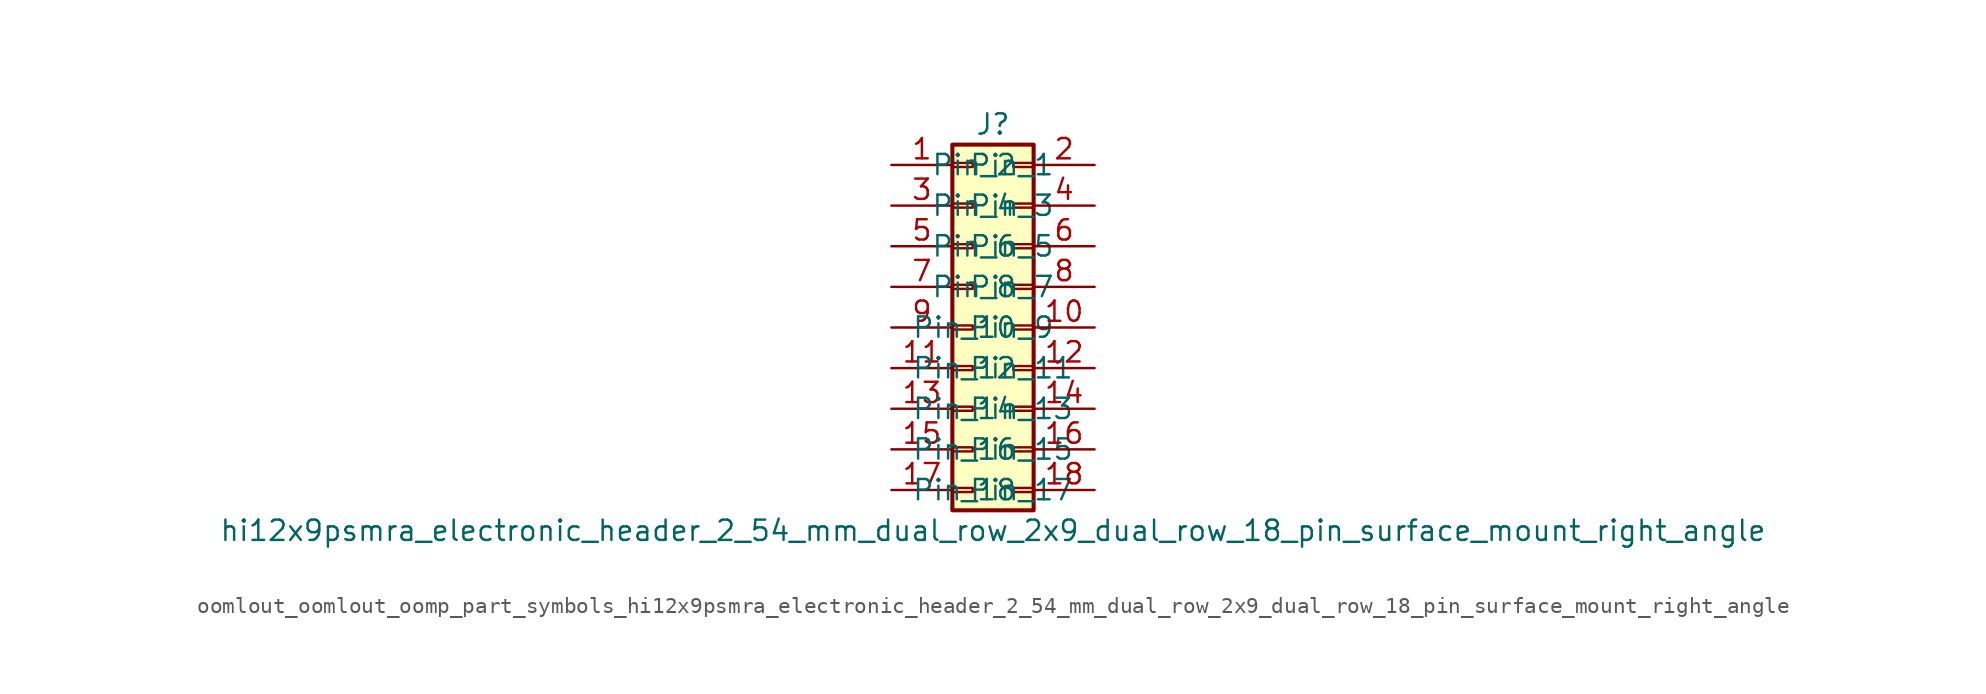
<source format=kicad_sym>
(kicad_symbol_lib
  (version 20220914)
  (generator kicad_symbol_editor)
  (symbol "oomlout_oomlout_oomp_part_symbols_hi12x9psmra_electronic_header_2_54_mm_dual_row_2x9_dual_row_18_pin_surface_mount_right_angle"
    (pin_names
      (offset 1.016))
    (property "Reference" "J"
      (at 1.27 12.7 0)
      (effects (font (size 1.27 1.27))))
    (property "Value" "hi12x9psmra_electronic_header_2_54_mm_dual_row_2x9_dual_row_18_pin_surface_mount_right_angle"
      (at 1.27 -12.7 0)
      (effects (font (size 1.27 1.27))))
    (symbol "oomlout_oomlout_oomp_part_symbols_hi12x9psmra_electronic_header_2_54_mm_dual_row_2x9_dual_row_18_pin_surface_mount_right_angle_1_1"
      (rectangle (start -1.27 -10.033) (end 0 -10.287) (stroke (width 0.152) (type default)) (fill (type none)))
      (rectangle (start -1.27 -7.493) (end 0 -7.747) (stroke (width 0.152) (type default)) (fill (type none)))
      (rectangle (start -1.27 -4.953) (end 0 -5.207) (stroke (width 0.152) (type default)) (fill (type none)))
      (rectangle (start -1.27 -2.413) (end 0 -2.667) (stroke (width 0.152) (type default)) (fill (type none)))
      (rectangle (start -1.27 0.127) (end 0 -0.127) (stroke (width 0.152) (type default)) (fill (type none)))
      (rectangle (start -1.27 2.667) (end 0 2.413) (stroke (width 0.152) (type default)) (fill (type none)))
      (rectangle (start -1.27 5.207) (end 0 4.953) (stroke (width 0.152) (type default)) (fill (type none)))
      (rectangle (start -1.27 7.747) (end 0 7.493) (stroke (width 0.152) (type default)) (fill (type none)))
      (rectangle (start -1.27 10.287) (end 0 10.033) (stroke (width 0.152) (type default)) (fill (type none)))
      (rectangle (start -1.27 11.43) (end 3.81 -11.43) (stroke (width 0.254) (type default)) (fill (type background)))
      (rectangle (start 3.81 -10.033) (end 2.54 -10.287) (stroke (width 0.152) (type default)) (fill (type none)))
      (rectangle (start 3.81 -7.493) (end 2.54 -7.747) (stroke (width 0.152) (type default)) (fill (type none)))
      (rectangle (start 3.81 -4.953) (end 2.54 -5.207) (stroke (width 0.152) (type default)) (fill (type none)))
      (rectangle (start 3.81 -2.413) (end 2.54 -2.667) (stroke (width 0.152) (type default)) (fill (type none)))
      (rectangle (start 3.81 0.127) (end 2.54 -0.127) (stroke (width 0.152) (type default)) (fill (type none)))
      (rectangle (start 3.81 2.667) (end 2.54 2.413) (stroke (width 0.152) (type default)) (fill (type none)))
      (rectangle (start 3.81 5.207) (end 2.54 4.953) (stroke (width 0.152) (type default)) (fill (type none)))
      (rectangle (start 3.81 7.747) (end 2.54 7.493) (stroke (width 0.152) (type default)) (fill (type none)))
      (rectangle (start 3.81 10.287) (end 2.54 10.033) (stroke (width 0.152) (type default)) (fill (type none)))
      (pin passive line (at -5.08 10.16 0) (length 3.81) (name "Pin_1" (effects (font (size 1.27 1.27)))) (number "1" (effects (font (size 1.27 1.27)))))
      (pin passive line (at 7.62 0 180) (length 3.81) (name "Pin_10" (effects (font (size 1.27 1.27)))) (number "10" (effects (font (size 1.27 1.27)))))
      (pin passive line (at -5.08 -2.54 0) (length 3.81) (name "Pin_11" (effects (font (size 1.27 1.27)))) (number "11" (effects (font (size 1.27 1.27)))))
      (pin passive line (at 7.62 -2.54 180) (length 3.81) (name "Pin_12" (effects (font (size 1.27 1.27)))) (number "12" (effects (font (size 1.27 1.27)))))
      (pin passive line (at -5.08 -5.08 0) (length 3.81) (name "Pin_13" (effects (font (size 1.27 1.27)))) (number "13" (effects (font (size 1.27 1.27)))))
      (pin passive line (at 7.62 -5.08 180) (length 3.81) (name "Pin_14" (effects (font (size 1.27 1.27)))) (number "14" (effects (font (size 1.27 1.27)))))
      (pin passive line (at -5.08 -7.62 0) (length 3.81) (name "Pin_15" (effects (font (size 1.27 1.27)))) (number "15" (effects (font (size 1.27 1.27)))))
      (pin passive line (at 7.62 -7.62 180) (length 3.81) (name "Pin_16" (effects (font (size 1.27 1.27)))) (number "16" (effects (font (size 1.27 1.27)))))
      (pin passive line (at -5.08 -10.16 0) (length 3.81) (name "Pin_17" (effects (font (size 1.27 1.27)))) (number "17" (effects (font (size 1.27 1.27)))))
      (pin passive line (at 7.62 -10.16 180) (length 3.81) (name "Pin_18" (effects (font (size 1.27 1.27)))) (number "18" (effects (font (size 1.27 1.27)))))
      (pin passive line (at 7.62 10.16 180) (length 3.81) (name "Pin_2" (effects (font (size 1.27 1.27)))) (number "2" (effects (font (size 1.27 1.27)))))
      (pin passive line (at -5.08 7.62 0) (length 3.81) (name "Pin_3" (effects (font (size 1.27 1.27)))) (number "3" (effects (font (size 1.27 1.27)))))
      (pin passive line (at 7.62 7.62 180) (length 3.81) (name "Pin_4" (effects (font (size 1.27 1.27)))) (number "4" (effects (font (size 1.27 1.27)))))
      (pin passive line (at -5.08 5.08 0) (length 3.81) (name "Pin_5" (effects (font (size 1.27 1.27)))) (number "5" (effects (font (size 1.27 1.27)))))
      (pin passive line (at 7.62 5.08 180) (length 3.81) (name "Pin_6" (effects (font (size 1.27 1.27)))) (number "6" (effects (font (size 1.27 1.27)))))
      (pin passive line (at -5.08 2.54 0) (length 3.81) (name "Pin_7" (effects (font (size 1.27 1.27)))) (number "7" (effects (font (size 1.27 1.27)))))
      (pin passive line (at 7.62 2.54 180) (length 3.81) (name "Pin_8" (effects (font (size 1.27 1.27)))) (number "8" (effects (font (size 1.27 1.27)))))
      (pin passive line (at -5.08 0 0) (length 3.81) (name "Pin_9" (effects (font (size 1.27 1.27)))) (number "9" (effects (font (size 1.27 1.27))))))))
</source>
